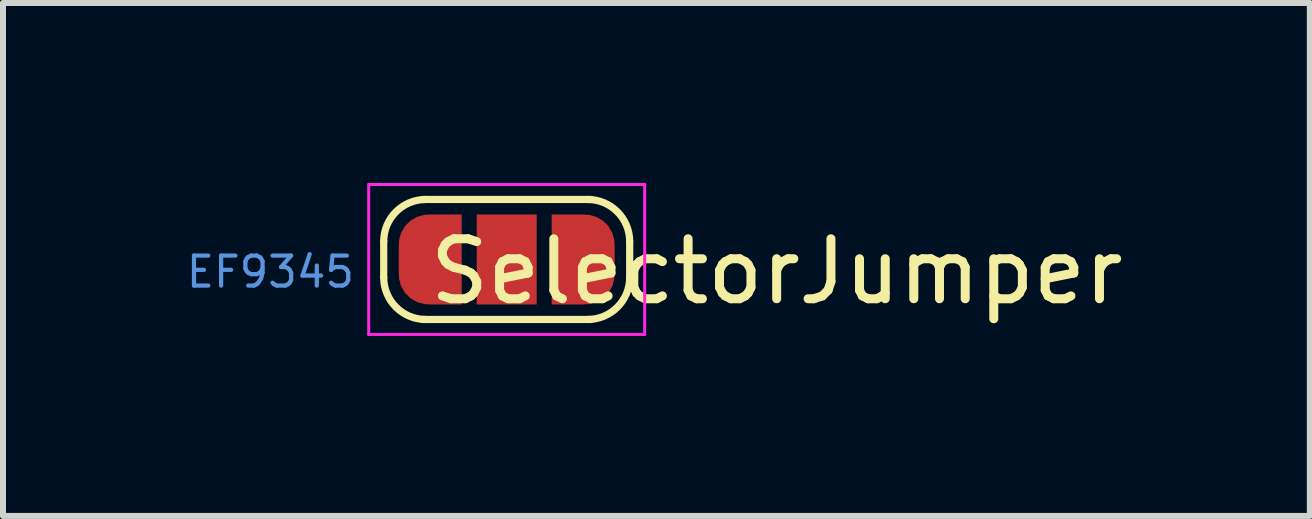
<source format=kicad_pcb>
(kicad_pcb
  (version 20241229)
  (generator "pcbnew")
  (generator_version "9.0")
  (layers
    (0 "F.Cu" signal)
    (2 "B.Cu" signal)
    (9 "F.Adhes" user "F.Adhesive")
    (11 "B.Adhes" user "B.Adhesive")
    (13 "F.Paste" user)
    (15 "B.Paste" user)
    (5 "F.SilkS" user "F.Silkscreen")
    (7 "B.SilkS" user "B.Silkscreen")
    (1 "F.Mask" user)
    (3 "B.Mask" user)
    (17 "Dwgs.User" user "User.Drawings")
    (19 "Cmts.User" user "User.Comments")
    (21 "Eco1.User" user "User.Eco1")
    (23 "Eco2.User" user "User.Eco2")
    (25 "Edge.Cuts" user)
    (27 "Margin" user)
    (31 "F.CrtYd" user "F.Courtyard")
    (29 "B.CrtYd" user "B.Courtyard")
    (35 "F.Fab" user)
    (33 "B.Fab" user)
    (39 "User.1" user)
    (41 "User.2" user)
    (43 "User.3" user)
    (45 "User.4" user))
  (footprint "SelectorJumper"
    (layer "F.Cu")
    (at 5.396 1.275)
    (property "Reference" "SelectorJumper" (at 4.5 0.2 0) (layer "F.SilkS") (effects (font (size 1 1) (thickness 0.15))))
    (attr exclude_from_pos_files exclude_from_bom)
    (fp_line (start -2.05 0.3) (end -2.05 -0.3) (stroke (width 0.12) (type solid)) (layer "F.SilkS"))
    (fp_line (start -1.4 -1) (end 1.4 -1) (stroke (width 0.12) (type solid)) (layer "F.SilkS"))
    (fp_line (start 1.4 1) (end -1.4 1) (stroke (width 0.12) (type solid)) (layer "F.SilkS"))
    (fp_line (start 2.05 -0.3) (end 2.05 0.3) (stroke (width 0.12) (type solid)) (layer "F.SilkS"))
    (fp_arc (start -2.05 -0.3) (mid -1.844975 -0.794975) (end -1.35 -1) (stroke (width 0.12) (type solid)) (layer "F.SilkS"))
    (fp_arc (start -1.35 1) (mid -1.844975 0.794975) (end -2.05 0.3) (stroke (width 0.12) (type solid)) (layer "F.SilkS"))
    (fp_arc (start 1.35 -1) (mid 1.844975 -0.794975) (end 2.05 -0.3) (stroke (width 0.12) (type solid)) (layer "F.SilkS"))
    (fp_arc (start 2.05 0.3) (mid 1.844975 0.794975) (end 1.35 1) (stroke (width 0.12) (type solid)) (layer "F.SilkS"))
    (fp_line (start -2.3 -1.25) (end -2.3 1.25) (stroke (width 0.05) (type solid)) (layer "F.CrtYd"))
    (fp_line (start -2.3 -1.25) (end 2.3 -1.25) (stroke (width 0.05) (type solid)) (layer "F.CrtYd"))
    (fp_line (start 2.3 1.25) (end -2.3 1.25) (stroke (width 0.05) (type solid)) (layer "F.CrtYd"))
    (fp_line (start 2.3 1.25) (end 2.3 -1.25) (stroke (width 0.05) (type solid)) (layer "F.CrtYd"))
    (fp_text user "EF9345" (at -2.5 0.5 0) (unlocked yes) (layer "Cmts.User") (effects (font (size 0.5 0.5) (thickness 0.07)) (justify right bottom)))
    (pad "1" smd custom (at -1.3 0) (size 1 0.5) (layers "F.Cu" "F.Mask") (options (anchor rect)) (primitives (gr_circle (center 0 0.25) (end 0.5 0.25) (width 0) (fill yes)) (gr_circle (center 0 -0.25) (end 0.5 -0.25) (width 0) (fill yes)) (gr_poly (pts (xy 0.55 0.75) (xy 0 0.75) (xy 0 -0.75) (xy 0.55 -0.75)) (width 0) (fill yes))))
    (pad "2" smd rect (at 0 0) (size 1 1.5) (layers "F.Cu" "F.Mask"))
    (pad "3" smd custom (at 1.3 0) (size 1 0.5) (layers "F.Cu" "F.Mask") (options (anchor rect)) (primitives (gr_circle (center 0 0.25) (end 0.5 0.25) (width 0) (fill yes)) (gr_circle (center 0 -0.25) (end 0.5 -0.25) (width 0) (fill yes)) (gr_poly (pts (xy 0 0.75) (xy -0.55 0.75) (xy -0.55 -0.75) (xy 0 -0.75)) (width 0) (fill yes)))))
  (gr_rect
    (start -3 -3)
    (end 18.783 5.55)
    (stroke (width 0.1) (type default))
    (fill no)
    (layer "Edge.Cuts")))
</source>
